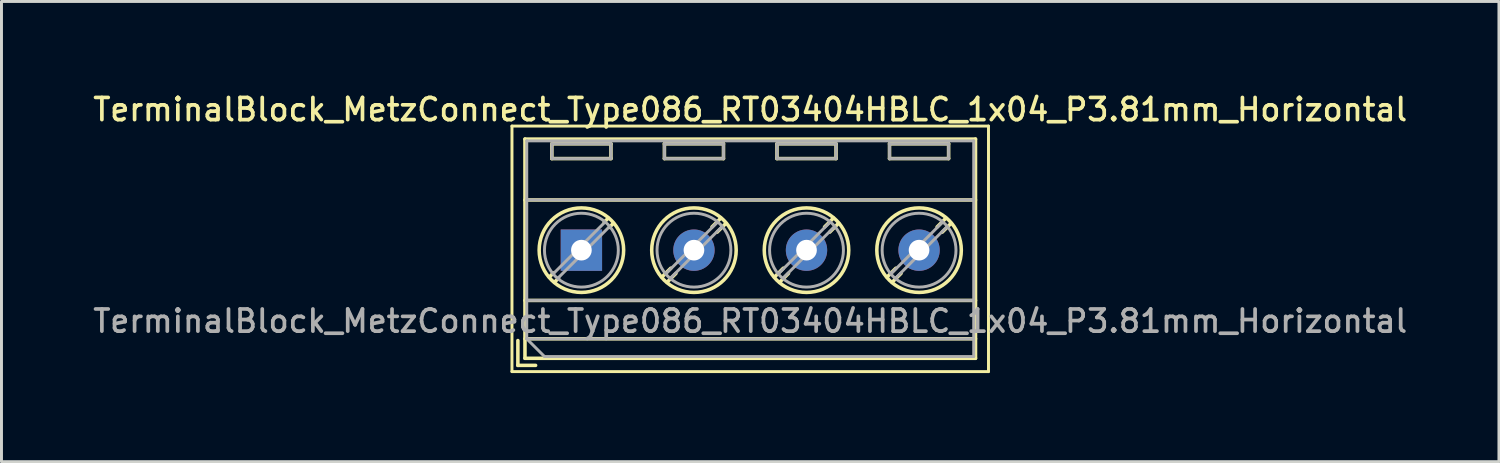
<source format=kicad_pcb>
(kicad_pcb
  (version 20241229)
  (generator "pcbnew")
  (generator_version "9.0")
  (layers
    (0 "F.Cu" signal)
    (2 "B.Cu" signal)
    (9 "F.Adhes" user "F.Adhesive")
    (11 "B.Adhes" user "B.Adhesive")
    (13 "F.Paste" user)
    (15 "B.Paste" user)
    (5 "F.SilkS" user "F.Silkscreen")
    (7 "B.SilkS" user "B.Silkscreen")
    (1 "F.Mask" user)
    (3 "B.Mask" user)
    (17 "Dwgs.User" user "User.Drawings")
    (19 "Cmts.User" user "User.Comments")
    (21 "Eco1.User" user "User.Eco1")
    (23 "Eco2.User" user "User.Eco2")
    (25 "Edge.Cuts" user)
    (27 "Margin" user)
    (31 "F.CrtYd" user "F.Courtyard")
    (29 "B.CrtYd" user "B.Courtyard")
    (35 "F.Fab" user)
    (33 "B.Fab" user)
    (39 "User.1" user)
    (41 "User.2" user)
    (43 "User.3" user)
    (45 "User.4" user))
  (footprint "TerminalBlock_MetzConnect_Type086_RT03404HBLC_1x04_P3.81mm_Horizontal"
    (layer "F.Cu")
    (at 16.63 5.418)
    (property "Reference" "TerminalBlock_MetzConnect_Type086_RT03404HBLC_1x04_P3.81mm_Horizontal" (at 5.715 -4.76 0) (layer "F.SilkS") (effects (font (size 0.75 0.75) (thickness 0.125))))
    (attr through_hole)
    (fp_line (start -2.35 -4.2) (end -2.35 4.11) (stroke (width 0.1) (type solid)) (layer "F.SilkS"))
    (fp_line (start -2.35 4.11) (end 13.78 4.11) (stroke (width 0.1) (type solid)) (layer "F.SilkS"))
    (fp_line (start -2.15 3.06) (end -2.15 3.9) (stroke (width 0.12) (type solid)) (layer "F.SilkS"))
    (fp_line (start -2.15 3.9) (end -1.55 3.9) (stroke (width 0.12) (type solid)) (layer "F.SilkS"))
    (fp_line (start -1.91 -3.76) (end -1.91 3.66) (stroke (width 0.12) (type solid)) (layer "F.SilkS"))
    (fp_line (start -1.91 -3.76) (end 13.34 -3.76) (stroke (width 0.12) (type solid)) (layer "F.SilkS"))
    (fp_line (start -1.91 -1.7) (end 13.34 -1.7) (stroke (width 0.12) (type solid)) (layer "F.SilkS"))
    (fp_line (start -1.91 1.701) (end 13.34 1.701) (stroke (width 0.12) (type solid)) (layer "F.SilkS"))
    (fp_line (start -1.91 3) (end 13.34 3) (stroke (width 0.12) (type solid)) (layer "F.SilkS"))
    (fp_line (start -1.91 3.66) (end 13.34 3.66) (stroke (width 0.12) (type solid)) (layer "F.SilkS"))
    (fp_line (start -1 -3.6) (end -1 -3.1) (stroke (width 0.12) (type solid)) (layer "F.SilkS"))
    (fp_line (start -1 -3.6) (end 1 -3.6) (stroke (width 0.12) (type solid)) (layer "F.SilkS"))
    (fp_line (start -1 -3.1) (end 1 -3.1) (stroke (width 0.12) (type solid)) (layer "F.SilkS"))
    (fp_line (start -0.946 0.771) (end -1.085 0.91) (stroke (width 0.12) (type solid)) (layer "F.SilkS"))
    (fp_line (start -0.771 0.945) (end -0.911 1.085) (stroke (width 0.12) (type solid)) (layer "F.SilkS"))
    (fp_line (start 0.911 -1.085) (end 0.771 -0.945) (stroke (width 0.12) (type solid)) (layer "F.SilkS"))
    (fp_line (start 1 -3.6) (end 1 -3.1) (stroke (width 0.12) (type solid)) (layer "F.SilkS"))
    (fp_line (start 1.085 -0.91) (end 0.945 -0.771) (stroke (width 0.12) (type solid)) (layer "F.SilkS"))
    (fp_line (start 2.81 -3.6) (end 2.81 -3.1) (stroke (width 0.12) (type solid)) (layer "F.SilkS"))
    (fp_line (start 2.81 -3.6) (end 4.81 -3.6) (stroke (width 0.12) (type solid)) (layer "F.SilkS"))
    (fp_line (start 2.81 -3.1) (end 4.81 -3.1) (stroke (width 0.12) (type solid)) (layer "F.SilkS"))
    (fp_line (start 3.025 0.611) (end 2.726 0.91) (stroke (width 0.12) (type solid)) (layer "F.SilkS"))
    (fp_line (start 3.2 0.786) (end 2.9 1.085) (stroke (width 0.12) (type solid)) (layer "F.SilkS"))
    (fp_line (start 4.721 -1.085) (end 4.421 -0.786) (stroke (width 0.12) (type solid)) (layer "F.SilkS"))
    (fp_line (start 4.81 -3.6) (end 4.81 -3.1) (stroke (width 0.12) (type solid)) (layer "F.SilkS"))
    (fp_line (start 4.895 -0.91) (end 4.596 -0.611) (stroke (width 0.12) (type solid)) (layer "F.SilkS"))
    (fp_line (start 6.62 -3.6) (end 6.62 -3.1) (stroke (width 0.12) (type solid)) (layer "F.SilkS"))
    (fp_line (start 6.62 -3.6) (end 8.62 -3.6) (stroke (width 0.12) (type solid)) (layer "F.SilkS"))
    (fp_line (start 6.62 -3.1) (end 8.62 -3.1) (stroke (width 0.12) (type solid)) (layer "F.SilkS"))
    (fp_line (start 6.835 0.611) (end 6.536 0.91) (stroke (width 0.12) (type solid)) (layer "F.SilkS"))
    (fp_line (start 7.01 0.786) (end 6.71 1.085) (stroke (width 0.12) (type solid)) (layer "F.SilkS"))
    (fp_line (start 8.531 -1.085) (end 8.231 -0.786) (stroke (width 0.12) (type solid)) (layer "F.SilkS"))
    (fp_line (start 8.62 -3.6) (end 8.62 -3.1) (stroke (width 0.12) (type solid)) (layer "F.SilkS"))
    (fp_line (start 8.705 -0.91) (end 8.406 -0.611) (stroke (width 0.12) (type solid)) (layer "F.SilkS"))
    (fp_line (start 10.43 -3.6) (end 10.43 -3.1) (stroke (width 0.12) (type solid)) (layer "F.SilkS"))
    (fp_line (start 10.43 -3.6) (end 12.43 -3.6) (stroke (width 0.12) (type solid)) (layer "F.SilkS"))
    (fp_line (start 10.43 -3.1) (end 12.43 -3.1) (stroke (width 0.12) (type solid)) (layer "F.SilkS"))
    (fp_line (start 10.645 0.611) (end 10.346 0.91) (stroke (width 0.12) (type solid)) (layer "F.SilkS"))
    (fp_line (start 10.82 0.786) (end 10.52 1.085) (stroke (width 0.12) (type solid)) (layer "F.SilkS"))
    (fp_line (start 12.341 -1.085) (end 12.041 -0.786) (stroke (width 0.12) (type solid)) (layer "F.SilkS"))
    (fp_line (start 12.43 -3.6) (end 12.43 -3.1) (stroke (width 0.12) (type solid)) (layer "F.SilkS"))
    (fp_line (start 12.515 -0.91) (end 12.216 -0.611) (stroke (width 0.12) (type solid)) (layer "F.SilkS"))
    (fp_line (start 13.34 -3.76) (end 13.34 3.66) (stroke (width 0.12) (type solid)) (layer "F.SilkS"))
    (fp_line (start 13.78 -4.2) (end -2.35 -4.2) (stroke (width 0.1) (type solid)) (layer "F.SilkS"))
    (fp_line (start 13.78 4.11) (end 13.78 -4.2) (stroke (width 0.1) (type solid)) (layer "F.SilkS"))
    (fp_circle (center 0 0) (end 1.43 0) (stroke (width 0.12) (type solid)) (fill no) (layer "F.SilkS"))
    (fp_circle (center 3.81 0) (end 5.24 0) (stroke (width 0.12) (type solid)) (fill no) (layer "F.SilkS"))
    (fp_circle (center 7.62 0) (end 9.05 0) (stroke (width 0.12) (type solid)) (fill no) (layer "F.SilkS"))
    (fp_circle (center 11.43 0) (end 12.86 0) (stroke (width 0.12) (type solid)) (fill no) (layer "F.SilkS"))
    (fp_line (start -1.85 -3.7) (end 13.28 -3.7) (stroke (width 0.1) (type solid)) (layer "F.Fab"))
    (fp_line (start -1.85 -1.7) (end 13.28 -1.7) (stroke (width 0.1) (type solid)) (layer "F.Fab"))
    (fp_line (start -1.85 1.7) (end 13.28 1.7) (stroke (width 0.1) (type solid)) (layer "F.Fab"))
    (fp_line (start -1.85 3) (end -1.85 -3.7) (stroke (width 0.1) (type solid)) (layer "F.Fab"))
    (fp_line (start -1.85 3) (end 13.28 3) (stroke (width 0.1) (type solid)) (layer "F.Fab"))
    (fp_line (start -1.25 3.6) (end -1.85 3) (stroke (width 0.1) (type solid)) (layer "F.Fab"))
    (fp_line (start -1 -3.6) (end -1 -3.1) (stroke (width 0.1) (type solid)) (layer "F.Fab"))
    (fp_line (start -1 -3.1) (end 1 -3.1) (stroke (width 0.1) (type solid)) (layer "F.Fab"))
    (fp_line (start 0.796 -0.948) (end -0.949 0.796) (stroke (width 0.1) (type solid)) (layer "F.Fab"))
    (fp_line (start 0.949 -0.796) (end -0.796 0.948) (stroke (width 0.1) (type solid)) (layer "F.Fab"))
    (fp_line (start 1 -3.6) (end -1 -3.6) (stroke (width 0.1) (type solid)) (layer "F.Fab"))
    (fp_line (start 1 -3.1) (end 1 -3.6) (stroke (width 0.1) (type solid)) (layer "F.Fab"))
    (fp_line (start 2.81 -3.6) (end 2.81 -3.1) (stroke (width 0.1) (type solid)) (layer "F.Fab"))
    (fp_line (start 2.81 -3.1) (end 4.81 -3.1) (stroke (width 0.1) (type solid)) (layer "F.Fab"))
    (fp_line (start 4.606 -0.948) (end 2.862 0.796) (stroke (width 0.1) (type solid)) (layer "F.Fab"))
    (fp_line (start 4.759 -0.796) (end 3.015 0.948) (stroke (width 0.1) (type solid)) (layer "F.Fab"))
    (fp_line (start 4.81 -3.6) (end 2.81 -3.6) (stroke (width 0.1) (type solid)) (layer "F.Fab"))
    (fp_line (start 4.81 -3.1) (end 4.81 -3.6) (stroke (width 0.1) (type solid)) (layer "F.Fab"))
    (fp_line (start 6.62 -3.6) (end 6.62 -3.1) (stroke (width 0.1) (type solid)) (layer "F.Fab"))
    (fp_line (start 6.62 -3.1) (end 8.62 -3.1) (stroke (width 0.1) (type solid)) (layer "F.Fab"))
    (fp_line (start 8.416 -0.948) (end 6.672 0.796) (stroke (width 0.1) (type solid)) (layer "F.Fab"))
    (fp_line (start 8.569 -0.796) (end 6.825 0.948) (stroke (width 0.1) (type solid)) (layer "F.Fab"))
    (fp_line (start 8.62 -3.6) (end 6.62 -3.6) (stroke (width 0.1) (type solid)) (layer "F.Fab"))
    (fp_line (start 8.62 -3.1) (end 8.62 -3.6) (stroke (width 0.1) (type solid)) (layer "F.Fab"))
    (fp_line (start 10.43 -3.6) (end 10.43 -3.1) (stroke (width 0.1) (type solid)) (layer "F.Fab"))
    (fp_line (start 10.43 -3.1) (end 12.43 -3.1) (stroke (width 0.1) (type solid)) (layer "F.Fab"))
    (fp_line (start 12.226 -0.948) (end 10.482 0.796) (stroke (width 0.1) (type solid)) (layer "F.Fab"))
    (fp_line (start 12.379 -0.796) (end 10.635 0.948) (stroke (width 0.1) (type solid)) (layer "F.Fab"))
    (fp_line (start 12.43 -3.6) (end 10.43 -3.6) (stroke (width 0.1) (type solid)) (layer "F.Fab"))
    (fp_line (start 12.43 -3.1) (end 12.43 -3.6) (stroke (width 0.1) (type solid)) (layer "F.Fab"))
    (fp_line (start 13.28 -3.7) (end 13.28 3.6) (stroke (width 0.1) (type solid)) (layer "F.Fab"))
    (fp_line (start 13.28 3.6) (end -1.25 3.6) (stroke (width 0.1) (type solid)) (layer "F.Fab"))
    (fp_circle (center 0 0) (end 1.25 0) (stroke (width 0.1) (type solid)) (fill no) (layer "F.Fab"))
    (fp_circle (center 3.81 0) (end 5.06 0) (stroke (width 0.1) (type solid)) (fill no) (layer "F.Fab"))
    (fp_circle (center 7.62 0) (end 8.87 0) (stroke (width 0.1) (type solid)) (fill no) (layer "F.Fab"))
    (fp_circle (center 11.43 0) (end 12.68 0) (stroke (width 0.1) (type solid)) (fill no) (layer "F.Fab"))
    (fp_text user "${REFERENCE}" (at 5.715 2.4 0) (layer "F.Fab") (effects (font (size 0.75 0.75) (thickness 0.125))))
    (pad "1" thru_hole rect (at 0 0) (size 1.4 1.4) (drill 0.7) (layers "*.Cu" "*.Mask"))
    (pad "2" thru_hole circle (at 3.81 0) (size 1.4 1.4) (drill 0.7) (layers "*.Cu" "*.Mask"))
    (pad "3" thru_hole circle (at 7.62 0) (size 1.4 1.4) (drill 0.7) (layers "*.Cu" "*.Mask"))
    (pad "4" thru_hole circle (at 11.43 0) (size 1.4 1.4) (drill 0.7) (layers "*.Cu" "*.Mask")))
  (gr_rect
    (start -3 -3)
    (end 47.689 12.578)
    (stroke (width 0.1) (type default))
    (fill no)
    (layer "Edge.Cuts")))
</source>
